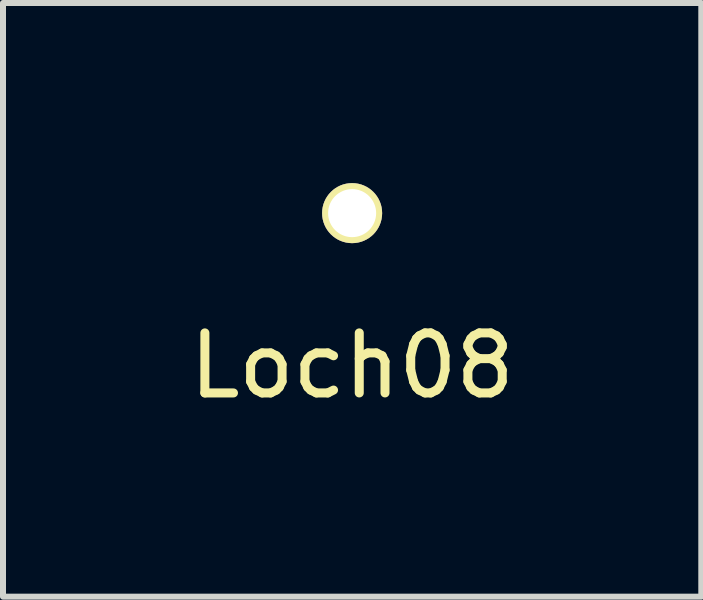
<source format=kicad_pcb>
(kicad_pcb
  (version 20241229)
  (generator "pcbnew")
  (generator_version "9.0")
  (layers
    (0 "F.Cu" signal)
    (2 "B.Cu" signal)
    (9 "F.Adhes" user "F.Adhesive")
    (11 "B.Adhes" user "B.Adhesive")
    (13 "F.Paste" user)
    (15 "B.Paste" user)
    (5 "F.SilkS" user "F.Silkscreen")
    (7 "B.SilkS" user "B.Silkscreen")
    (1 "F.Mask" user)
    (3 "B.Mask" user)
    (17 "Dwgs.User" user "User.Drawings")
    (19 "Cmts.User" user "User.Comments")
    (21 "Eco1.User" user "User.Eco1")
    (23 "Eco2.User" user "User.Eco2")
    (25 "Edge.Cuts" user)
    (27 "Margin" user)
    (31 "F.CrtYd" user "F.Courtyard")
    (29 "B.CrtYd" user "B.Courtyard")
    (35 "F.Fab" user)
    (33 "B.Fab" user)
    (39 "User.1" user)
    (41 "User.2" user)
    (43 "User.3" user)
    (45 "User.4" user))
  (footprint "Loch08"
    (layer "F.Cu")
    (at 2.815 0.5)
    (property "Reference" "Loch08" (at 0 2.54 0) (layer "F.SilkS") (effects (font (size 1 1) (thickness 0.15))))
    (attr through_hole)
    (pad "1" thru_hole circle (at 0 0) (size 1 1) (drill 0.8) (layers "*.Cu" "*.Mask" "F.SilkS")))
  (gr_rect
    (start -3 -3)
    (end 8.631 6.888)
    (stroke (width 0.1) (type default))
    (fill no)
    (layer "Edge.Cuts")))
</source>
